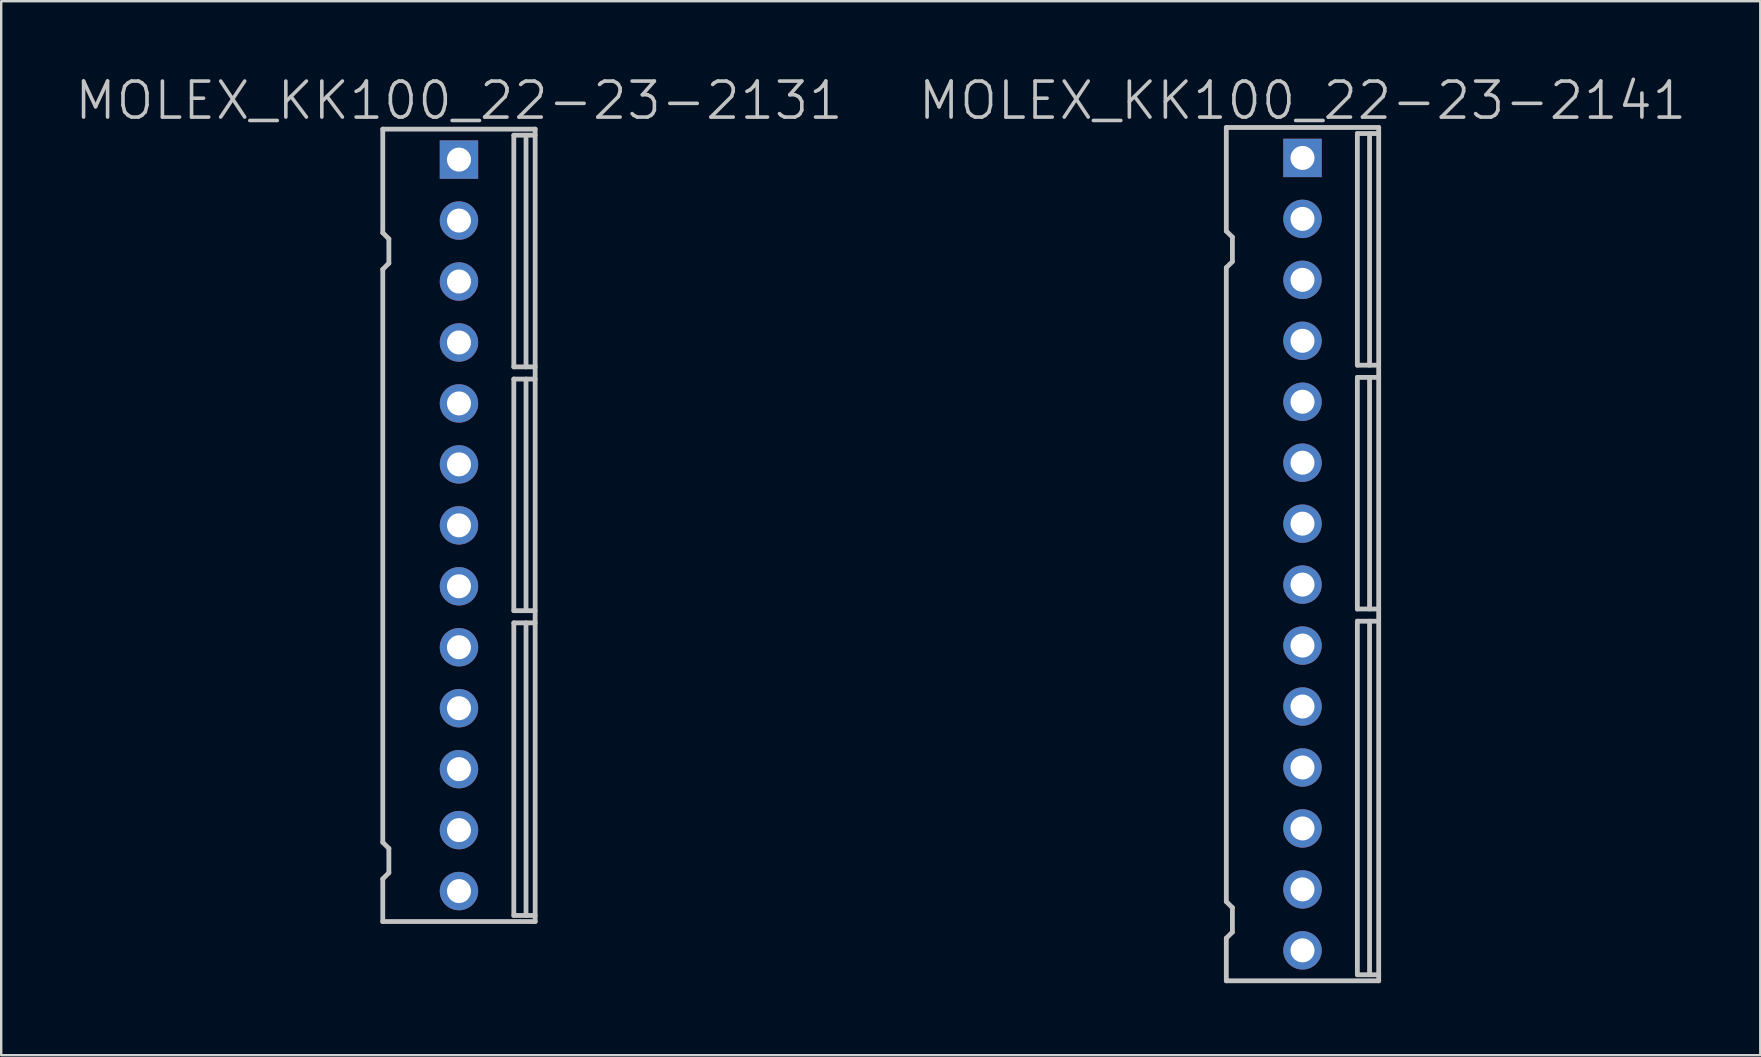
<source format=kicad_pcb>
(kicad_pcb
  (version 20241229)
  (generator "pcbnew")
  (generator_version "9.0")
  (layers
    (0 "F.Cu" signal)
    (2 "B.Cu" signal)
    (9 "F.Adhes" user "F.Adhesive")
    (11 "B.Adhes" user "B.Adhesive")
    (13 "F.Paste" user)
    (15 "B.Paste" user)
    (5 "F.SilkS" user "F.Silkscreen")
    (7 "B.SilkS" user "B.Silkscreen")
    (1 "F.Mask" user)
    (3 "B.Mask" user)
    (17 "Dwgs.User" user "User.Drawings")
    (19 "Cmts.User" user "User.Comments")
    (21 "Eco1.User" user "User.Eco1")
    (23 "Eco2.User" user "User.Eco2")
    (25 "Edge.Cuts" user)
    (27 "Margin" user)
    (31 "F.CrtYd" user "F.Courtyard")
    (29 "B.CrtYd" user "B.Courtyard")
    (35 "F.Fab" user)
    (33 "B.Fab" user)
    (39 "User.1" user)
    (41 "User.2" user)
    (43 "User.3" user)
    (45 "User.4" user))
  (footprint "MOLEX_KK100_22-23-2141"
    (layer "F.Cu")
    (at 51.225 20.041)
    (property "Reference" "MOLEX_KK100_22-23-2141" (at 0 -18.9 180) (layer "Dwgs.User") (effects (font (size 1.5 1.5) (thickness 0.15))))
    (attr through_hole)
    (fp_line (start -3.175 -17.78) (end 3.175 -17.78) (stroke (width 0.2) (type solid)) (layer "Dwgs.User"))
    (fp_line (start -3.175 -13.462) (end -3.175 -17.78) (stroke (width 0.2) (type solid)) (layer "Dwgs.User"))
    (fp_line (start -3.175 -11.938) (end -3.175 14.478) (stroke (width 0.2) (type solid)) (layer "Dwgs.User"))
    (fp_line (start -3.175 16.002) (end -3.175 17.78) (stroke (width 0.2) (type solid)) (layer "Dwgs.User"))
    (fp_line (start -2.921 -13.208) (end -3.175 -13.462) (stroke (width 0.2) (type solid)) (layer "Dwgs.User"))
    (fp_line (start -2.921 -13.208) (end -2.921 -12.192) (stroke (width 0.2) (type solid)) (layer "Dwgs.User"))
    (fp_line (start -2.921 -12.192) (end -3.175 -11.938) (stroke (width 0.2) (type solid)) (layer "Dwgs.User"))
    (fp_line (start -2.921 14.732) (end -3.175 14.478) (stroke (width 0.2) (type solid)) (layer "Dwgs.User"))
    (fp_line (start -2.921 14.732) (end -2.921 15.748) (stroke (width 0.2) (type solid)) (layer "Dwgs.User"))
    (fp_line (start -2.921 15.748) (end -3.175 16.002) (stroke (width 0.2) (type solid)) (layer "Dwgs.User"))
    (fp_line (start 2.286 -17.526) (end 3.175 -17.526) (stroke (width 0.2) (type solid)) (layer "Dwgs.User"))
    (fp_line (start 2.286 -7.874) (end 2.286 -17.526) (stroke (width 0.2) (type solid)) (layer "Dwgs.User"))
    (fp_line (start 2.286 -7.874) (end 3.175 -7.874) (stroke (width 0.2) (type solid)) (layer "Dwgs.User"))
    (fp_line (start 2.286 -7.366) (end 2.286 2.286) (stroke (width 0.2) (type solid)) (layer "Dwgs.User"))
    (fp_line (start 2.286 -7.366) (end 3.175 -7.366) (stroke (width 0.2) (type solid)) (layer "Dwgs.User"))
    (fp_line (start 2.286 2.286) (end 3.175 2.286) (stroke (width 0.2) (type solid)) (layer "Dwgs.User"))
    (fp_line (start 2.286 2.794) (end 3.175 2.794) (stroke (width 0.2) (type solid)) (layer "Dwgs.User"))
    (fp_line (start 2.286 17.526) (end 2.286 2.794) (stroke (width 0.2) (type solid)) (layer "Dwgs.User"))
    (fp_line (start 2.286 17.526) (end 3.175 17.526) (stroke (width 0.2) (type solid)) (layer "Dwgs.User"))
    (fp_line (start 2.794 -7.874) (end 2.794 -17.526) (stroke (width 0.2) (type solid)) (layer "Dwgs.User"))
    (fp_line (start 2.794 -7.366) (end 2.794 2.286) (stroke (width 0.2) (type solid)) (layer "Dwgs.User"))
    (fp_line (start 2.794 2.794) (end 2.794 17.526) (stroke (width 0.2) (type solid)) (layer "Dwgs.User"))
    (fp_line (start 3.175 -17.78) (end 3.175 17.78) (stroke (width 0.2) (type solid)) (layer "Dwgs.User"))
    (fp_line (start 3.175 17.78) (end -3.175 17.78) (stroke (width 0.2) (type solid)) (layer "Dwgs.User"))
    (pad "1" thru_hole rect (at 0 -16.51) (size 1.6 1.6) (drill 1) (layers "*.Cu" "*.Mask"))
    (pad "2" thru_hole circle (at 0 -13.97) (size 1.6 1.6) (drill 1) (layers "*.Cu" "*.Mask"))
    (pad "3" thru_hole circle (at 0 -11.43) (size 1.6 1.6) (drill 1) (layers "*.Cu" "*.Mask"))
    (pad "4" thru_hole circle (at 0 -8.89) (size 1.6 1.6) (drill 1) (layers "*.Cu" "*.Mask"))
    (pad "5" thru_hole circle (at 0 -6.35) (size 1.6 1.6) (drill 1) (layers "*.Cu" "*.Mask"))
    (pad "6" thru_hole circle (at 0 -3.81) (size 1.6 1.6) (drill 1) (layers "*.Cu" "*.Mask"))
    (pad "7" thru_hole circle (at 0 -1.27) (size 1.6 1.6) (drill 1) (layers "*.Cu" "*.Mask"))
    (pad "8" thru_hole circle (at 0 1.27) (size 1.6 1.6) (drill 1) (layers "*.Cu" "*.Mask"))
    (pad "9" thru_hole circle (at 0 3.81) (size 1.6 1.6) (drill 1) (layers "*.Cu" "*.Mask"))
    (pad "10" thru_hole circle (at 0 6.35) (size 1.6 1.6) (drill 1) (layers "*.Cu" "*.Mask"))
    (pad "11" thru_hole circle (at 0 8.89) (size 1.6 1.6) (drill 1) (layers "*.Cu" "*.Mask"))
    (pad "12" thru_hole circle (at 0 11.43) (size 1.6 1.6) (drill 1) (layers "*.Cu" "*.Mask"))
    (pad "13" thru_hole circle (at 0 13.97) (size 1.6 1.6) (drill 1) (layers "*.Cu" "*.Mask"))
    (pad "14" thru_hole circle (at 0 16.51) (size 1.6 1.6) (drill 1) (layers "*.Cu" "*.Mask")))
  (footprint "MOLEX_KK100_22-23-2131"
    (layer "F.Cu")
    (at 16.075 18.841)
    (property "Reference" "MOLEX_KK100_22-23-2131" (at 0 -17.7 180) (layer "Dwgs.User") (effects (font (size 1.5 1.5) (thickness 0.15))))
    (attr through_hole)
    (fp_line (start -3.175 -16.51) (end 3.175 -16.51) (stroke (width 0.2) (type solid)) (layer "Dwgs.User"))
    (fp_line (start -3.175 -12.192) (end -3.175 -16.51) (stroke (width 0.2) (type solid)) (layer "Dwgs.User"))
    (fp_line (start -3.175 -10.668) (end -3.175 13.208) (stroke (width 0.2) (type solid)) (layer "Dwgs.User"))
    (fp_line (start -3.175 14.732) (end -3.175 16.51) (stroke (width 0.2) (type solid)) (layer "Dwgs.User"))
    (fp_line (start -2.921 -11.938) (end -3.175 -12.192) (stroke (width 0.2) (type solid)) (layer "Dwgs.User"))
    (fp_line (start -2.921 -11.938) (end -2.921 -10.922) (stroke (width 0.2) (type solid)) (layer "Dwgs.User"))
    (fp_line (start -2.921 -10.922) (end -3.175 -10.668) (stroke (width 0.2) (type solid)) (layer "Dwgs.User"))
    (fp_line (start -2.921 13.462) (end -3.175 13.208) (stroke (width 0.2) (type solid)) (layer "Dwgs.User"))
    (fp_line (start -2.921 13.462) (end -2.921 14.478) (stroke (width 0.2) (type solid)) (layer "Dwgs.User"))
    (fp_line (start -2.921 14.478) (end -3.175 14.732) (stroke (width 0.2) (type solid)) (layer "Dwgs.User"))
    (fp_line (start 2.286 -16.256) (end 3.175 -16.256) (stroke (width 0.2) (type solid)) (layer "Dwgs.User"))
    (fp_line (start 2.286 -6.604) (end 2.286 -16.256) (stroke (width 0.2) (type solid)) (layer "Dwgs.User"))
    (fp_line (start 2.286 -6.604) (end 3.175 -6.604) (stroke (width 0.2) (type solid)) (layer "Dwgs.User"))
    (fp_line (start 2.286 -6.096) (end 2.286 3.556) (stroke (width 0.2) (type solid)) (layer "Dwgs.User"))
    (fp_line (start 2.286 -6.096) (end 3.175 -6.096) (stroke (width 0.2) (type solid)) (layer "Dwgs.User"))
    (fp_line (start 2.286 3.556) (end 3.175 3.556) (stroke (width 0.2) (type solid)) (layer "Dwgs.User"))
    (fp_line (start 2.286 4.064) (end 2.286 16.256) (stroke (width 0.2) (type solid)) (layer "Dwgs.User"))
    (fp_line (start 2.286 4.064) (end 3.175 4.064) (stroke (width 0.2) (type solid)) (layer "Dwgs.User"))
    (fp_line (start 2.286 16.256) (end 3.175 16.256) (stroke (width 0.2) (type solid)) (layer "Dwgs.User"))
    (fp_line (start 2.794 -6.604) (end 2.794 -16.256) (stroke (width 0.2) (type solid)) (layer "Dwgs.User"))
    (fp_line (start 2.794 -6.096) (end 2.794 3.556) (stroke (width 0.2) (type solid)) (layer "Dwgs.User"))
    (fp_line (start 2.794 4.064) (end 2.794 16.256) (stroke (width 0.2) (type solid)) (layer "Dwgs.User"))
    (fp_line (start 3.175 16.51) (end -3.175 16.51) (stroke (width 0.2) (type solid)) (layer "Dwgs.User"))
    (fp_line (start 3.175 16.51) (end 3.175 -16.51) (stroke (width 0.2) (type solid)) (layer "Dwgs.User"))
    (pad "1" thru_hole rect (at 0 -15.24) (size 1.6 1.6) (drill 1) (layers "*.Cu" "*.Mask"))
    (pad "2" thru_hole circle (at 0 -12.7) (size 1.6 1.6) (drill 1) (layers "*.Cu" "*.Mask"))
    (pad "3" thru_hole circle (at 0 -10.16) (size 1.6 1.6) (drill 1) (layers "*.Cu" "*.Mask"))
    (pad "4" thru_hole circle (at 0 -7.62) (size 1.6 1.6) (drill 1) (layers "*.Cu" "*.Mask"))
    (pad "5" thru_hole circle (at 0 -5.08) (size 1.6 1.6) (drill 1) (layers "*.Cu" "*.Mask"))
    (pad "6" thru_hole circle (at 0 -2.54) (size 1.6 1.6) (drill 1) (layers "*.Cu" "*.Mask"))
    (pad "7" thru_hole circle (at 0 0) (size 1.6 1.6) (drill 1) (layers "*.Cu" "*.Mask"))
    (pad "8" thru_hole circle (at 0 2.54) (size 1.6 1.6) (drill 1) (layers "*.Cu" "*.Mask"))
    (pad "9" thru_hole circle (at 0 5.08) (size 1.6 1.6) (drill 1) (layers "*.Cu" "*.Mask"))
    (pad "10" thru_hole circle (at 0 7.62) (size 1.6 1.6) (drill 1) (layers "*.Cu" "*.Mask"))
    (pad "11" thru_hole circle (at 0 10.16) (size 1.6 1.6) (drill 1) (layers "*.Cu" "*.Mask"))
    (pad "12" thru_hole circle (at 0 12.7) (size 1.6 1.6) (drill 1) (layers "*.Cu" "*.Mask"))
    (pad "13" thru_hole circle (at 0 15.24) (size 1.6 1.6) (drill 1) (layers "*.Cu" "*.Mask")))
  (gr_rect
    (start -3 -3)
    (end 70.3 40.921)
    (stroke (width 0.1) (type default))
    (fill no)
    (layer "Edge.Cuts")))
</source>
